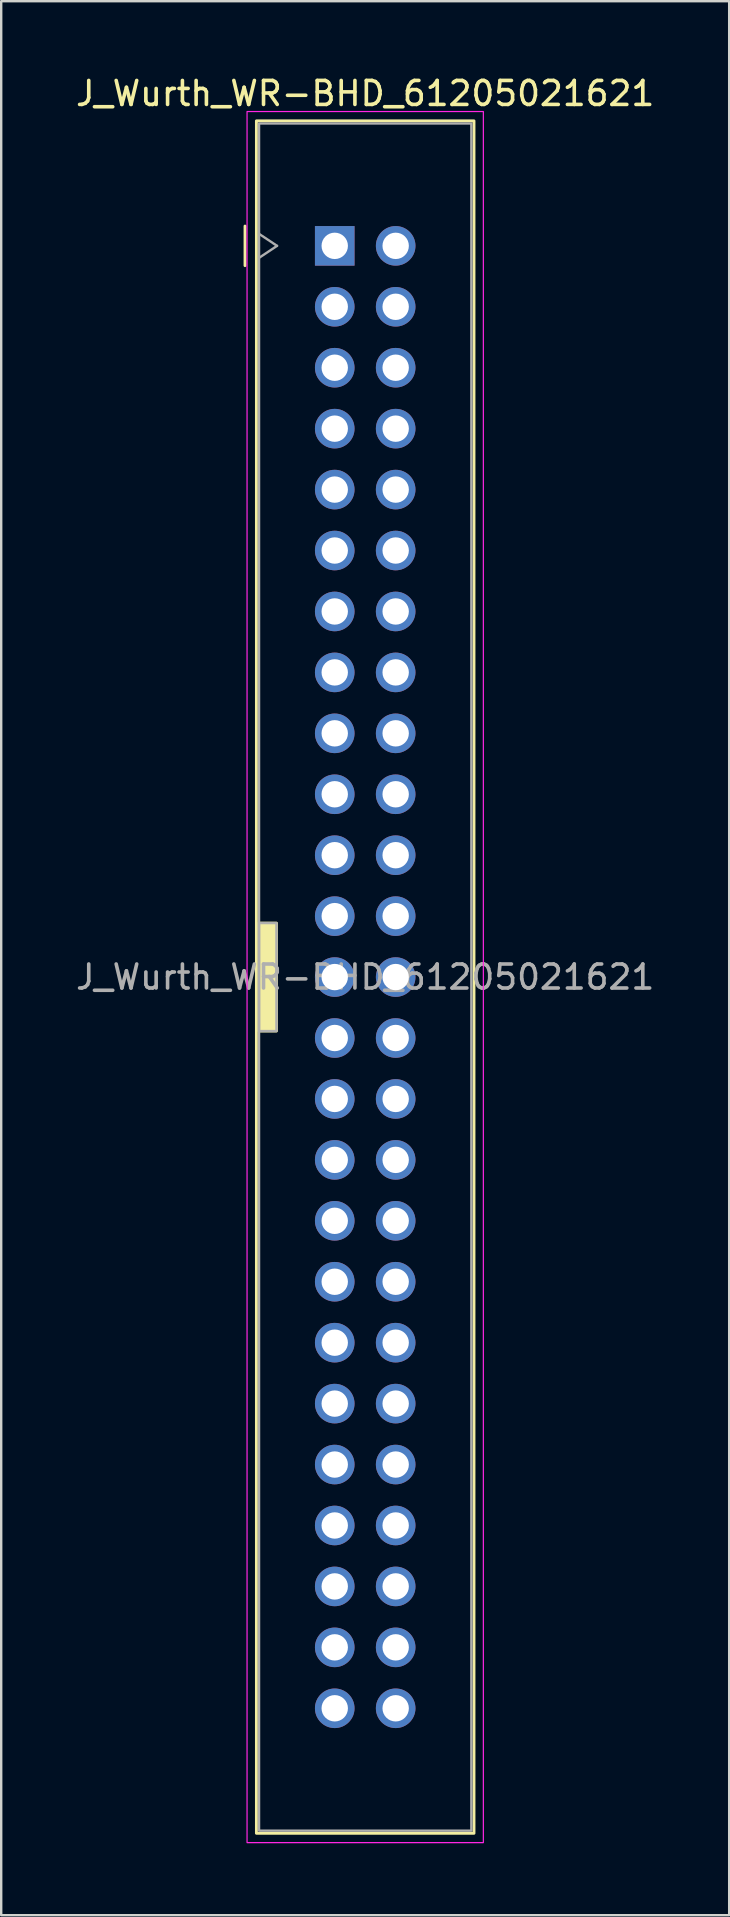
<source format=kicad_pcb>
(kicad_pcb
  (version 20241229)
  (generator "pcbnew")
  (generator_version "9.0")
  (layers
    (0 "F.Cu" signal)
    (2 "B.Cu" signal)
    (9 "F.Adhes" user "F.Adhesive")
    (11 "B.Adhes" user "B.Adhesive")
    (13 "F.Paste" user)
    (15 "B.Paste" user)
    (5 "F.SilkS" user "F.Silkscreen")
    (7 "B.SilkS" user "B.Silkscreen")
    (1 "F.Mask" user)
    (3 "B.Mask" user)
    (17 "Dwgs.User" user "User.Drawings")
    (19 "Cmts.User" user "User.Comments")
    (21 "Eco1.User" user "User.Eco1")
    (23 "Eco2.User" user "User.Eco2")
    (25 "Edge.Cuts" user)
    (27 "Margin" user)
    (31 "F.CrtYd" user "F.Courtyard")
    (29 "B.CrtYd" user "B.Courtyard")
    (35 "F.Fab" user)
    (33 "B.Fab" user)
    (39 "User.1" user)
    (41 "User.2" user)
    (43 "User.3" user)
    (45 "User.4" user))
  (footprint "J_Wurth_WR-BHD_61205021621"
    (layer "F.Cu")
    (at 10.903 7.198)
    (property "Reference" "J_Wurth_WR-BHD_61205021621" (at 1.27 -6.35 0) (unlocked yes) (layer "F.SilkS") (effects (font (size 1 1) (thickness 0.15))))
    (attr through_hole)
    (fp_line (start -3.74 -0.825) (end -3.74 0.825) (stroke (width 0.12) (type solid)) (layer "F.SilkS"))
    (fp_rect (start -3.265 -5.21) (end 5.805 66.17) (stroke (width 0.12) (type solid)) (fill no) (layer "F.SilkS"))
    (fp_rect (start -3.155 28.23) (end -2.43 32.73) (stroke (width 0.12) (type solid)) (fill yes) (layer "F.SilkS"))
    (fp_rect (start -3.655 -5.6) (end 6.195 66.56) (stroke (width 0.05) (type solid)) (fill no) (layer "F.CrtYd"))
    (fp_line (start -2.405 0) (end -3.155 -0.5) (stroke (width 0.1) (type solid)) (layer "F.Fab"))
    (fp_line (start -2.405 0) (end -3.155 0.5) (stroke (width 0.1) (type solid)) (layer "F.Fab"))
    (fp_rect (start -3.155 28.23) (end -2.43 32.73) (stroke (width 0.1) (type solid)) (fill no) (layer "F.Fab"))
    (fp_rect (start -3.155 -5.1) (end 5.695 66.06) (stroke (width 0.1) (type solid)) (fill no) (layer "F.Fab"))
    (fp_text user "${REFERENCE}" (at 1.27 30.48 0) (unlocked yes) (layer "F.Fab") (effects (font (size 1 1) (thickness 0.15))))
    (pad "1" thru_hole rect (at 0 0 270) (size 1.65 1.65) (drill 1.1) (layers "*.Cu" "*.Mask"))
    (pad "2" thru_hole circle (at 2.54 0 270) (size 1.65 1.65) (drill 1.1) (layers "*.Cu" "*.Mask"))
    (pad "3" thru_hole circle (at 0 2.54 270) (size 1.65 1.65) (drill 1.1) (layers "*.Cu" "*.Mask"))
    (pad "4" thru_hole circle (at 2.54 2.54 270) (size 1.65 1.65) (drill 1.1) (layers "*.Cu" "*.Mask"))
    (pad "5" thru_hole circle (at 0 5.08 270) (size 1.65 1.65) (drill 1.1) (layers "*.Cu" "*.Mask"))
    (pad "6" thru_hole circle (at 2.54 5.08 270) (size 1.65 1.65) (drill 1.1) (layers "*.Cu" "*.Mask"))
    (pad "7" thru_hole circle (at 0 7.62 270) (size 1.65 1.65) (drill 1.1) (layers "*.Cu" "*.Mask"))
    (pad "8" thru_hole circle (at 2.54 7.62 270) (size 1.65 1.65) (drill 1.1) (layers "*.Cu" "*.Mask"))
    (pad "9" thru_hole circle (at 0 10.16 270) (size 1.65 1.65) (drill 1.1) (layers "*.Cu" "*.Mask"))
    (pad "10" thru_hole circle (at 2.54 10.16 270) (size 1.65 1.65) (drill 1.1) (layers "*.Cu" "*.Mask"))
    (pad "11" thru_hole circle (at 0 12.7 270) (size 1.65 1.65) (drill 1.1) (layers "*.Cu" "*.Mask"))
    (pad "12" thru_hole circle (at 2.54 12.7 270) (size 1.65 1.65) (drill 1.1) (layers "*.Cu" "*.Mask"))
    (pad "13" thru_hole circle (at 0 15.24 270) (size 1.65 1.65) (drill 1.1) (layers "*.Cu" "*.Mask"))
    (pad "14" thru_hole circle (at 2.54 15.24 270) (size 1.65 1.65) (drill 1.1) (layers "*.Cu" "*.Mask"))
    (pad "15" thru_hole circle (at 0 17.78 270) (size 1.65 1.65) (drill 1.1) (layers "*.Cu" "*.Mask"))
    (pad "16" thru_hole circle (at 2.54 17.78 270) (size 1.65 1.65) (drill 1.1) (layers "*.Cu" "*.Mask"))
    (pad "17" thru_hole circle (at 0 20.32 270) (size 1.65 1.65) (drill 1.1) (layers "*.Cu" "*.Mask"))
    (pad "18" thru_hole circle (at 2.54 20.32 270) (size 1.65 1.65) (drill 1.1) (layers "*.Cu" "*.Mask"))
    (pad "19" thru_hole circle (at 0 22.86 270) (size 1.65 1.65) (drill 1.1) (layers "*.Cu" "*.Mask"))
    (pad "20" thru_hole circle (at 2.54 22.86 270) (size 1.65 1.65) (drill 1.1) (layers "*.Cu" "*.Mask"))
    (pad "21" thru_hole circle (at 0 25.4 270) (size 1.65 1.65) (drill 1.1) (layers "*.Cu" "*.Mask"))
    (pad "22" thru_hole circle (at 2.54 25.4 270) (size 1.65 1.65) (drill 1.1) (layers "*.Cu" "*.Mask"))
    (pad "23" thru_hole circle (at 0 27.94 270) (size 1.65 1.65) (drill 1.1) (layers "*.Cu" "*.Mask"))
    (pad "24" thru_hole circle (at 2.54 27.94 270) (size 1.65 1.65) (drill 1.1) (layers "*.Cu" "*.Mask"))
    (pad "25" thru_hole circle (at 0 30.48 270) (size 1.65 1.65) (drill 1.1) (layers "*.Cu" "*.Mask"))
    (pad "26" thru_hole circle (at 2.54 30.48 270) (size 1.65 1.65) (drill 1.1) (layers "*.Cu" "*.Mask"))
    (pad "27" thru_hole circle (at 0 33.02 270) (size 1.65 1.65) (drill 1.1) (layers "*.Cu" "*.Mask"))
    (pad "28" thru_hole circle (at 2.54 33.02 270) (size 1.65 1.65) (drill 1.1) (layers "*.Cu" "*.Mask"))
    (pad "29" thru_hole circle (at 0 35.56 270) (size 1.65 1.65) (drill 1.1) (layers "*.Cu" "*.Mask"))
    (pad "30" thru_hole circle (at 2.54 35.56 270) (size 1.65 1.65) (drill 1.1) (layers "*.Cu" "*.Mask"))
    (pad "31" thru_hole circle (at 0 38.1 270) (size 1.65 1.65) (drill 1.1) (layers "*.Cu" "*.Mask"))
    (pad "32" thru_hole circle (at 2.54 38.1 270) (size 1.65 1.65) (drill 1.1) (layers "*.Cu" "*.Mask"))
    (pad "33" thru_hole circle (at 0 40.64 270) (size 1.65 1.65) (drill 1.1) (layers "*.Cu" "*.Mask"))
    (pad "34" thru_hole circle (at 2.54 40.64 270) (size 1.65 1.65) (drill 1.1) (layers "*.Cu" "*.Mask"))
    (pad "35" thru_hole circle (at 0 43.18 270) (size 1.65 1.65) (drill 1.1) (layers "*.Cu" "*.Mask"))
    (pad "36" thru_hole circle (at 2.54 43.18 270) (size 1.65 1.65) (drill 1.1) (layers "*.Cu" "*.Mask"))
    (pad "37" thru_hole circle (at 0 45.72 270) (size 1.65 1.65) (drill 1.1) (layers "*.Cu" "*.Mask"))
    (pad "38" thru_hole circle (at 2.54 45.72 270) (size 1.65 1.65) (drill 1.1) (layers "*.Cu" "*.Mask"))
    (pad "39" thru_hole circle (at 0 48.26 270) (size 1.65 1.65) (drill 1.1) (layers "*.Cu" "*.Mask"))
    (pad "40" thru_hole circle (at 2.54 48.26 270) (size 1.65 1.65) (drill 1.1) (layers "*.Cu" "*.Mask"))
    (pad "41" thru_hole circle (at 0 50.8 270) (size 1.65 1.65) (drill 1.1) (layers "*.Cu" "*.Mask"))
    (pad "42" thru_hole circle (at 2.54 50.8 270) (size 1.65 1.65) (drill 1.1) (layers "*.Cu" "*.Mask"))
    (pad "43" thru_hole circle (at 0 53.34 270) (size 1.65 1.65) (drill 1.1) (layers "*.Cu" "*.Mask"))
    (pad "44" thru_hole circle (at 2.54 53.34 270) (size 1.65 1.65) (drill 1.1) (layers "*.Cu" "*.Mask"))
    (pad "45" thru_hole circle (at 0 55.88 270) (size 1.65 1.65) (drill 1.1) (layers "*.Cu" "*.Mask"))
    (pad "46" thru_hole circle (at 2.54 55.88 270) (size 1.65 1.65) (drill 1.1) (layers "*.Cu" "*.Mask"))
    (pad "47" thru_hole circle (at 0 58.42 270) (size 1.65 1.65) (drill 1.1) (layers "*.Cu" "*.Mask"))
    (pad "48" thru_hole circle (at 2.54 58.42 270) (size 1.65 1.65) (drill 1.1) (layers "*.Cu" "*.Mask"))
    (pad "49" thru_hole circle (at 0 60.96 270) (size 1.65 1.65) (drill 1.1) (layers "*.Cu" "*.Mask"))
    (pad "50" thru_hole circle (at 2.54 60.96 270) (size 1.65 1.65) (drill 1.1) (layers "*.Cu" "*.Mask")))
  (gr_rect
    (start -3 -3)
    (end 27.345 76.783)
    (stroke (width 0.1) (type default))
    (fill no)
    (layer "Edge.Cuts")))
</source>
